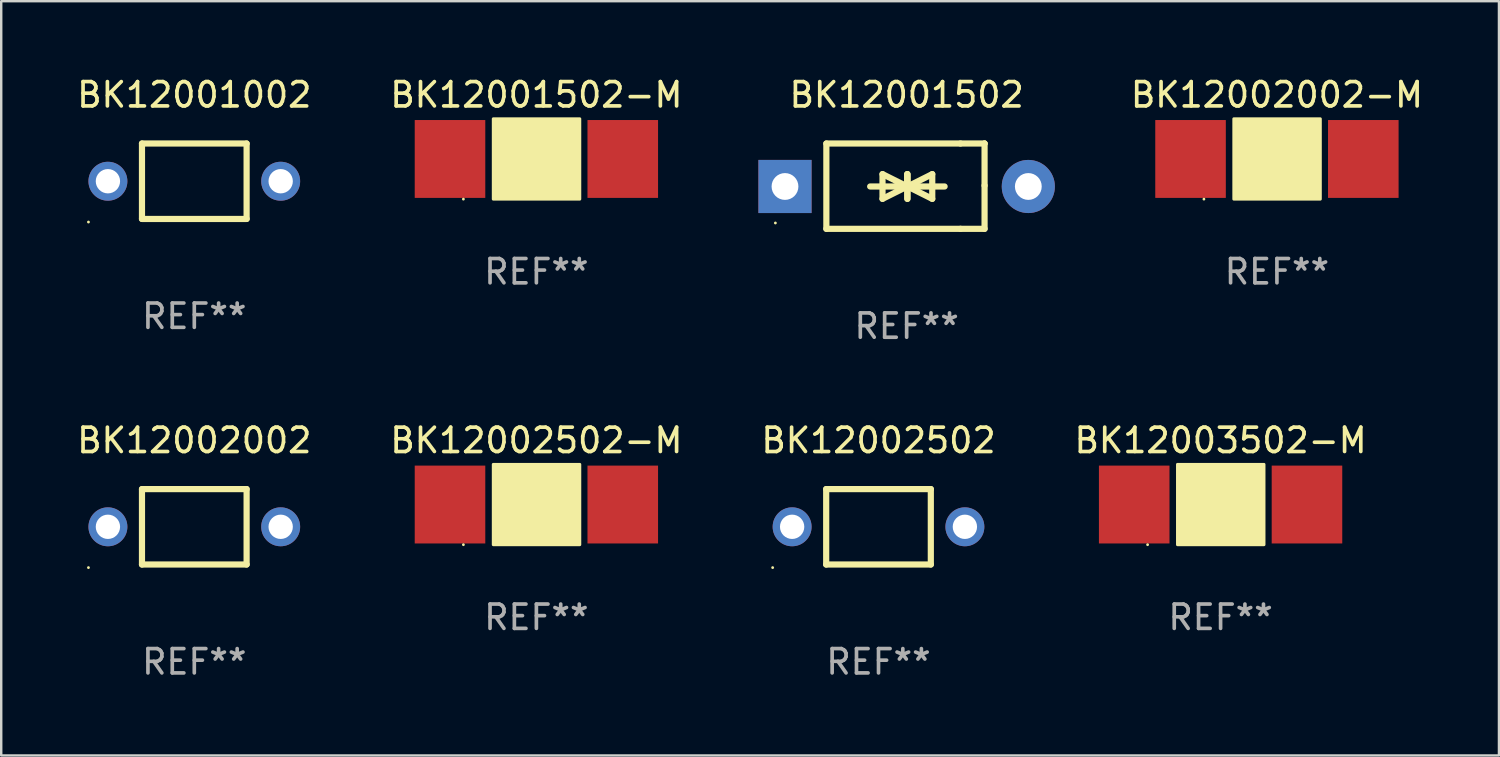
<source format=kicad_pcb>
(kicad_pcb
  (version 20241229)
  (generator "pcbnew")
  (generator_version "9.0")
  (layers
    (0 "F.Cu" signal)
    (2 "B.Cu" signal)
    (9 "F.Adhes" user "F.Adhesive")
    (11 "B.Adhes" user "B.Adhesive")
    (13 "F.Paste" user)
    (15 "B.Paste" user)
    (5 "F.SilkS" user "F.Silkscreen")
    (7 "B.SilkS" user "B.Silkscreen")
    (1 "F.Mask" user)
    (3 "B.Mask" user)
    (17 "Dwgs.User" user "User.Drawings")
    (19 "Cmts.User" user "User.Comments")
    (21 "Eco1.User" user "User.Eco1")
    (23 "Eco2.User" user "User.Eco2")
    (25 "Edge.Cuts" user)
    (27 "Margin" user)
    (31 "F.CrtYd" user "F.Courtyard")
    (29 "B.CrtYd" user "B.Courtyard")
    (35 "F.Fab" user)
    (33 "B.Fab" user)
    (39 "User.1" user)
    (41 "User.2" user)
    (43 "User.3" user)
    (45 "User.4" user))
  (footprint "BK12002002"
    (layer "F.Cu")
    (at 4.935 18.6)
    (property "Reference" "BK12002002" (at 0 -3.55 0) (layer "F.SilkS") (effects (font (size 1 1) (thickness 0.15))))
    (attr through_hole)
    (fp_line (start -2.15 -1.55) (end 2.15 -1.55) (stroke (width 0.254) (type solid)) (layer "F.SilkS"))
    (fp_line (start -2.15 1.55) (end -2.15 -1.55) (stroke (width 0.254) (type solid)) (layer "F.SilkS"))
    (fp_line (start 2.15 -1.55) (end 2.15 1.549) (stroke (width 0.254) (type solid)) (layer "F.SilkS"))
    (fp_line (start 2.15 1.55) (end -2.15 1.55) (stroke (width 0.254) (type solid)) (layer "F.SilkS"))
    (fp_circle (center -4.35 1.677) (end -4.32 1.677) (stroke (width 0.06) (type solid)) (fill no) (layer "F.SilkS"))
    (fp_text user "REF**" (at 0 5.55 0) (layer "F.Fab") (effects (font (size 1 1) (thickness 0.15))))
    (pad "1" thru_hole circle (at -3.55 0) (size 1.6 1.6) (drill 1) (layers "*.Cu" "*.Mask"))
    (pad "2" thru_hole circle (at 3.55 0) (size 1.6 1.6) (drill 1) (layers "*.Cu" "*.Mask")))
  (footprint "BK12001502-M"
    (layer "F.Cu")
    (at 18.994 3.483)
    (property "Reference" "BK12001502-M" (at 0 -2.635 0) (layer "F.SilkS") (effects (font (size 1 1) (thickness 0.15))))
    (attr through_hole)
    (fp_line (start -0.636 -0.635) (end -0.255 -0.254) (stroke (width 0.254) (type solid)) (layer "F.SilkS"))
    (fp_line (start -0.636 0.635) (end -0.636 -0.635) (stroke (width 0.254) (type solid)) (layer "F.SilkS"))
    (fp_line (start -0.509 -0.508) (end 0.634 0.635) (stroke (width 0.254) (type solid)) (layer "F.SilkS"))
    (fp_line (start 0.634 -0.635) (end -0.636 0.635) (stroke (width 0.254) (type solid)) (layer "F.SilkS"))
    (fp_line (start 0.634 0.635) (end 0.634 -0.635) (stroke (width 0.254) (type solid)) (layer "F.SilkS"))
    (fp_circle (center -3 1.65) (end -2.97 1.65) (stroke (width 0.06) (type solid)) (fill no) (layer "F.SilkS"))
    (fp_poly (pts (xy -1.772 -1.651) (xy 1.784 -1.651) (xy 1.784 1.651) (xy -1.772 1.651)) (stroke (width 0.12) (type solid)) (fill yes) (layer "F.SilkS"))
    (fp_text user "REF**" (at 0 4.635 0) (layer "F.Fab") (effects (font (size 1 1) (thickness 0.15))))
    (pad "1" smd rect (at -3.55 0) (size 2.9 3.2) (layers "F.Cu" "F.Mask" "F.Paste"))
    (pad "2" smd rect (at 3.55 0) (size 2.9 3.2) (layers "F.Cu" "F.Mask" "F.Paste")))
  (footprint "BK12001502"
    (layer "F.Cu")
    (at 34.211 4.601)
    (property "Reference" "BK12001502" (at 0 -3.753 0) (layer "F.SilkS") (effects (font (size 1 1) (thickness 0.15))))
    (attr through_hole)
    (fp_line (start -3.3 -1.753) (end 2.212 -1.753) (stroke (width 0.254) (type solid)) (layer "F.SilkS"))
    (fp_line (start -3.3 1.753) (end -3.3 -1.753) (stroke (width 0.254) (type solid)) (layer "F.SilkS"))
    (fp_line (start -1.5 0.013) (end 0.532 0.013) (stroke (width 0.254) (type solid)) (layer "F.SilkS"))
    (fp_line (start -0.992 -0.495) (end -0.992 0.521) (stroke (width 0.254) (type solid)) (layer "F.SilkS"))
    (fp_line (start -0.992 0.521) (end 0.024 0.013) (stroke (width 0.254) (type solid)) (layer "F.SilkS"))
    (fp_line (start 0.024 -0.495) (end 0.024 0.521) (stroke (width 0.254) (type solid)) (layer "F.SilkS"))
    (fp_line (start 0.024 0.013) (end -0.992 -0.495) (stroke (width 0.254) (type solid)) (layer "F.SilkS"))
    (fp_line (start 0.024 0.013) (end 0.024 -0.495) (stroke (width 0.254) (type solid)) (layer "F.SilkS"))
    (fp_line (start 0.036 0.013) (end 1.052 0.521) (stroke (width 0.254) (type solid)) (layer "F.SilkS"))
    (fp_line (start 0.036 0.521) (end 0.036 -0.495) (stroke (width 0.254) (type solid)) (layer "F.SilkS"))
    (fp_line (start 1.052 -0.495) (end 0.036 0.013) (stroke (width 0.254) (type solid)) (layer "F.SilkS"))
    (fp_line (start 1.052 0.521) (end 1.052 -0.495) (stroke (width 0.254) (type solid)) (layer "F.SilkS"))
    (fp_line (start 1.56 0.013) (end -0.472 0.013) (stroke (width 0.254) (type solid)) (layer "F.SilkS"))
    (fp_line (start 2.212 -1.753) (end 3.202 -1.753) (stroke (width 0.254) (type solid)) (layer "F.SilkS"))
    (fp_line (start 2.212 1.753) (end -3.3 1.753) (stroke (width 0.254) (type solid)) (layer "F.SilkS"))
    (fp_line (start 3.202 -1.753) (end 3.202 -1.753) (stroke (width 0.254) (type solid)) (layer "F.SilkS"))
    (fp_line (start 3.202 -1.753) (end 3.202 -0.025) (stroke (width 0.254) (type solid)) (layer "F.SilkS"))
    (fp_line (start 3.202 -0.025) (end 3.202 1.753) (stroke (width 0.254) (type solid)) (layer "F.SilkS"))
    (fp_line (start 3.202 1.753) (end 2.212 1.753) (stroke (width 0.254) (type solid)) (layer "F.SilkS"))
    (fp_circle (center -5.395 1.513) (end -5.365 1.513) (stroke (width 0.06) (type solid)) (fill no) (layer "F.SilkS"))
    (fp_text user "REF**" (at 0 5.753 0) (layer "F.Fab") (effects (font (size 1 1) (thickness 0.15))))
    (pad "1" thru_hole rect (at -5 0.013 180) (size 2.184 2.184) (drill 1.102) (layers "*.Cu" "*.Mask"))
    (pad "2" thru_hole circle (at 5 0.013) (size 2.184 2.184) (drill 1.102) (layers "*.Cu" "*.Mask")))
  (footprint "BK12001002"
    (layer "F.Cu")
    (at 4.935 4.398)
    (property "Reference" "BK12001002" (at 0 -3.55 0) (layer "F.SilkS") (effects (font (size 1 1) (thickness 0.15))))
    (attr through_hole)
    (fp_line (start -2.15 -1.55) (end 2.15 -1.55) (stroke (width 0.254) (type solid)) (layer "F.SilkS"))
    (fp_line (start -2.15 1.55) (end -2.15 -1.55) (stroke (width 0.254) (type solid)) (layer "F.SilkS"))
    (fp_line (start 2.15 -1.55) (end 2.15 1.549) (stroke (width 0.254) (type solid)) (layer "F.SilkS"))
    (fp_line (start 2.15 1.55) (end -2.15 1.55) (stroke (width 0.254) (type solid)) (layer "F.SilkS"))
    (fp_circle (center -4.35 1.677) (end -4.32 1.677) (stroke (width 0.06) (type solid)) (fill no) (layer "F.SilkS"))
    (fp_text user "REF**" (at 0 5.55 0) (layer "F.Fab") (effects (font (size 1 1) (thickness 0.15))))
    (pad "1" thru_hole circle (at -3.55 0) (size 1.6 1.6) (drill 1) (layers "*.Cu" "*.Mask"))
    (pad "2" thru_hole circle (at 3.55 0) (size 1.6 1.6) (drill 1) (layers "*.Cu" "*.Mask")))
  (footprint "BK12003502-M"
    (layer "F.Cu")
    (at 47.113 17.685)
    (property "Reference" "BK12003502-M" (at 0 -2.635 0) (layer "F.SilkS") (effects (font (size 1 1) (thickness 0.15))))
    (attr through_hole)
    (fp_line (start -0.636 -0.635) (end -0.255 -0.254) (stroke (width 0.254) (type solid)) (layer "F.SilkS"))
    (fp_line (start -0.636 0.635) (end -0.636 -0.635) (stroke (width 0.254) (type solid)) (layer "F.SilkS"))
    (fp_line (start -0.509 -0.508) (end 0.634 0.635) (stroke (width 0.254) (type solid)) (layer "F.SilkS"))
    (fp_line (start 0.634 -0.635) (end -0.636 0.635) (stroke (width 0.254) (type solid)) (layer "F.SilkS"))
    (fp_line (start 0.634 0.635) (end 0.634 -0.635) (stroke (width 0.254) (type solid)) (layer "F.SilkS"))
    (fp_circle (center -3 1.65) (end -2.97 1.65) (stroke (width 0.06) (type solid)) (fill no) (layer "F.SilkS"))
    (fp_poly (pts (xy -1.772 -1.651) (xy 1.784 -1.651) (xy 1.784 1.651) (xy -1.772 1.651)) (stroke (width 0.12) (type solid)) (fill yes) (layer "F.SilkS"))
    (fp_text user "REF**" (at 0 4.635 0) (layer "F.Fab") (effects (font (size 1 1) (thickness 0.15))))
    (pad "1" smd rect (at -3.55 0) (size 2.9 3.2) (layers "F.Cu" "F.Mask" "F.Paste"))
    (pad "2" smd rect (at 3.55 0) (size 2.9 3.2) (layers "F.Cu" "F.Mask" "F.Paste")))
  (footprint "BK12002502"
    (layer "F.Cu")
    (at 33.054 18.6)
    (property "Reference" "BK12002502" (at 0 -3.55 0) (layer "F.SilkS") (effects (font (size 1 1) (thickness 0.15))))
    (attr through_hole)
    (fp_line (start -2.15 -1.55) (end 2.15 -1.55) (stroke (width 0.254) (type solid)) (layer "F.SilkS"))
    (fp_line (start -2.15 1.55) (end -2.15 -1.55) (stroke (width 0.254) (type solid)) (layer "F.SilkS"))
    (fp_line (start 2.15 -1.55) (end 2.15 1.549) (stroke (width 0.254) (type solid)) (layer "F.SilkS"))
    (fp_line (start 2.15 1.55) (end -2.15 1.55) (stroke (width 0.254) (type solid)) (layer "F.SilkS"))
    (fp_circle (center -4.35 1.677) (end -4.32 1.677) (stroke (width 0.06) (type solid)) (fill no) (layer "F.SilkS"))
    (fp_text user "REF**" (at 0 5.55 0) (layer "F.Fab") (effects (font (size 1 1) (thickness 0.15))))
    (pad "1" thru_hole circle (at -3.55 0) (size 1.6 1.6) (drill 1) (layers "*.Cu" "*.Mask"))
    (pad "2" thru_hole circle (at 3.55 0) (size 1.6 1.6) (drill 1) (layers "*.Cu" "*.Mask")))
  (footprint "BK12002502-M"
    (layer "F.Cu")
    (at 18.994 17.685)
    (property "Reference" "BK12002502-M" (at 0 -2.635 0) (layer "F.SilkS") (effects (font (size 1 1) (thickness 0.15))))
    (attr through_hole)
    (fp_line (start -0.636 -0.635) (end -0.255 -0.254) (stroke (width 0.254) (type solid)) (layer "F.SilkS"))
    (fp_line (start -0.636 0.635) (end -0.636 -0.635) (stroke (width 0.254) (type solid)) (layer "F.SilkS"))
    (fp_line (start -0.509 -0.508) (end 0.634 0.635) (stroke (width 0.254) (type solid)) (layer "F.SilkS"))
    (fp_line (start 0.634 -0.635) (end -0.636 0.635) (stroke (width 0.254) (type solid)) (layer "F.SilkS"))
    (fp_line (start 0.634 0.635) (end 0.634 -0.635) (stroke (width 0.254) (type solid)) (layer "F.SilkS"))
    (fp_circle (center -3 1.65) (end -2.97 1.65) (stroke (width 0.06) (type solid)) (fill no) (layer "F.SilkS"))
    (fp_poly (pts (xy -1.772 -1.651) (xy 1.784 -1.651) (xy 1.784 1.651) (xy -1.772 1.651)) (stroke (width 0.12) (type solid)) (fill yes) (layer "F.SilkS"))
    (fp_text user "REF**" (at 0 4.635 0) (layer "F.Fab") (effects (font (size 1 1) (thickness 0.15))))
    (pad "1" smd rect (at -3.55 0) (size 2.9 3.2) (layers "F.Cu" "F.Mask" "F.Paste"))
    (pad "2" smd rect (at 3.55 0) (size 2.9 3.2) (layers "F.Cu" "F.Mask" "F.Paste")))
  (footprint "BK12002002-M"
    (layer "F.Cu")
    (at 49.428 3.483)
    (property "Reference" "BK12002002-M" (at 0 -2.635 0) (layer "F.SilkS") (effects (font (size 1 1) (thickness 0.15))))
    (attr through_hole)
    (fp_line (start -0.636 -0.635) (end -0.255 -0.254) (stroke (width 0.254) (type solid)) (layer "F.SilkS"))
    (fp_line (start -0.636 0.635) (end -0.636 -0.635) (stroke (width 0.254) (type solid)) (layer "F.SilkS"))
    (fp_line (start -0.509 -0.508) (end 0.634 0.635) (stroke (width 0.254) (type solid)) (layer "F.SilkS"))
    (fp_line (start 0.634 -0.635) (end -0.636 0.635) (stroke (width 0.254) (type solid)) (layer "F.SilkS"))
    (fp_line (start 0.634 0.635) (end 0.634 -0.635) (stroke (width 0.254) (type solid)) (layer "F.SilkS"))
    (fp_circle (center -3 1.65) (end -2.97 1.65) (stroke (width 0.06) (type solid)) (fill no) (layer "F.SilkS"))
    (fp_poly (pts (xy -1.772 -1.651) (xy 1.784 -1.651) (xy 1.784 1.651) (xy -1.772 1.651)) (stroke (width 0.12) (type solid)) (fill yes) (layer "F.SilkS"))
    (fp_text user "REF**" (at 0 4.635 0) (layer "F.Fab") (effects (font (size 1 1) (thickness 0.15))))
    (pad "1" smd rect (at -3.55 0) (size 2.9 3.2) (layers "F.Cu" "F.Mask" "F.Paste"))
    (pad "2" smd rect (at 3.55 0) (size 2.9 3.2) (layers "F.Cu" "F.Mask" "F.Paste")))
  (gr_rect
    (start -3 -3)
    (end 58.553 27.998)
    (stroke (width 0.1) (type default))
    (fill no)
    (layer "Edge.Cuts")))
</source>
